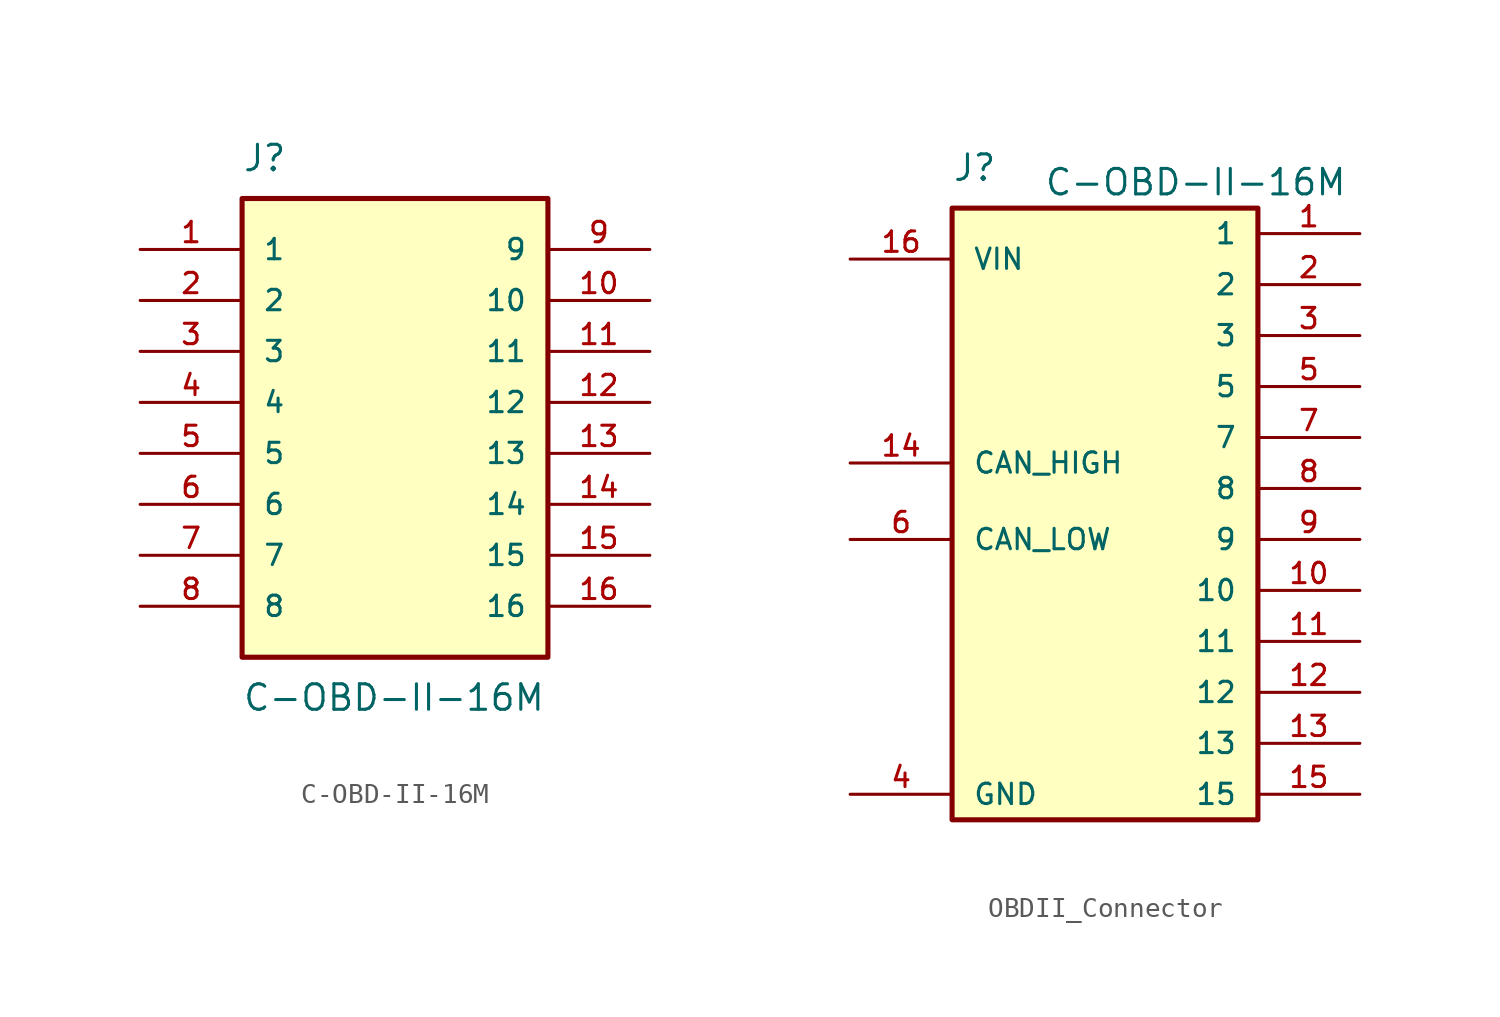
<source format=kicad_sym>
(kicad_symbol_lib
  (version 20231120)
  (generator "kicad_symbol_editor")
  (generator_version "8.0")
  (symbol "C-OBD-II-16M"
    (pin_names
      (offset 1.016))
    (property "Reference" "J"
      (at -7.62 11.43 0)
      (effects (font (size 1.27 1.27)) (justify left bottom)))
    (property "Value" "C-OBD-II-16M"
      (at -7.62 -13.97 0)
      (effects (font (size 1.27 1.27)) (justify left top)))
    (symbol "C-OBD-II-16M_0_0"
      (rectangle (start -7.62 -12.7) (end 7.62 10.16) (stroke (width 0.254) (type default)) (fill (type background)))
      (pin passive line (at -12.7 7.62 0) (length 5.08) (name "1" (effects (font (size 1.016 1.016)))) (number "1" (effects (font (size 1.016 1.016)))))
      (pin passive line (at 12.7 5.08 180) (length 5.08) (name "10" (effects (font (size 1.016 1.016)))) (number "10" (effects (font (size 1.016 1.016)))))
      (pin passive line (at 12.7 2.54 180) (length 5.08) (name "11" (effects (font (size 1.016 1.016)))) (number "11" (effects (font (size 1.016 1.016)))))
      (pin passive line (at 12.7 0 180) (length 5.08) (name "12" (effects (font (size 1.016 1.016)))) (number "12" (effects (font (size 1.016 1.016)))))
      (pin passive line (at 12.7 -2.54 180) (length 5.08) (name "13" (effects (font (size 1.016 1.016)))) (number "13" (effects (font (size 1.016 1.016)))))
      (pin passive line (at 12.7 -5.08 180) (length 5.08) (name "14" (effects (font (size 1.016 1.016)))) (number "14" (effects (font (size 1.016 1.016)))))
      (pin passive line (at 12.7 -7.62 180) (length 5.08) (name "15" (effects (font (size 1.016 1.016)))) (number "15" (effects (font (size 1.016 1.016)))))
      (pin passive line (at 12.7 -10.16 180) (length 5.08) (name "16" (effects (font (size 1.016 1.016)))) (number "16" (effects (font (size 1.016 1.016)))))
      (pin passive line (at -12.7 5.08 0) (length 5.08) (name "2" (effects (font (size 1.016 1.016)))) (number "2" (effects (font (size 1.016 1.016)))))
      (pin passive line (at -12.7 2.54 0) (length 5.08) (name "3" (effects (font (size 1.016 1.016)))) (number "3" (effects (font (size 1.016 1.016)))))
      (pin passive line (at -12.7 0 0) (length 5.08) (name "4" (effects (font (size 1.016 1.016)))) (number "4" (effects (font (size 1.016 1.016)))))
      (pin passive line (at -12.7 -2.54 0) (length 5.08) (name "5" (effects (font (size 1.016 1.016)))) (number "5" (effects (font (size 1.016 1.016)))))
      (pin passive line (at -12.7 -5.08 0) (length 5.08) (name "6" (effects (font (size 1.016 1.016)))) (number "6" (effects (font (size 1.016 1.016)))))
      (pin passive line (at -12.7 -7.62 0) (length 5.08) (name "7" (effects (font (size 1.016 1.016)))) (number "7" (effects (font (size 1.016 1.016)))))
      (pin passive line (at -12.7 -10.16 0) (length 5.08) (name "8" (effects (font (size 1.016 1.016)))) (number "8" (effects (font (size 1.016 1.016)))))
      (pin passive line (at 12.7 7.62 180) (length 5.08) (name "9" (effects (font (size 1.016 1.016)))) (number "9" (effects (font (size 1.016 1.016)))))))
  (symbol "OBDII_Connector"
    (pin_names
      (offset 1.016))
    (property "Reference" "J"
      (at -7.62 11.43 0)
      (effects (font (size 1.27 1.27)) (justify left bottom)))
    (property "Value" "C-OBD-II-16M"
      (at -3.048 12.192 0)
      (effects (font (size 1.27 1.27)) (justify left top)))
    (symbol "OBDII_Connector_0_0"
      (rectangle (start -7.62 10.16) (end 7.62 -20.32) (stroke (width 0.254) (type default)) (fill (type background)))
      (pin passive line (at 12.7 8.89 180) (length 5.08) (name "1" (effects (font (size 1.016 1.016)))) (number "1" (effects (font (size 1.016 1.016)))))
      (pin passive line (at 12.7 -8.89 180) (length 5.08) (name "10" (effects (font (size 1.016 1.016)))) (number "10" (effects (font (size 1.016 1.016)))))
      (pin passive line (at 12.7 -11.43 180) (length 5.08) (name "11" (effects (font (size 1.016 1.016)))) (number "11" (effects (font (size 1.016 1.016)))))
      (pin passive line (at 12.7 -13.97 180) (length 5.08) (name "12" (effects (font (size 1.016 1.016)))) (number "12" (effects (font (size 1.016 1.016)))))
      (pin passive line (at 12.7 -16.51 180) (length 5.08) (name "13" (effects (font (size 1.016 1.016)))) (number "13" (effects (font (size 1.016 1.016)))))
      (pin passive line (at 12.7 -19.05 180) (length 5.08) (name "15" (effects (font (size 1.016 1.016)))) (number "15" (effects (font (size 1.016 1.016)))))
      (pin passive line (at 12.7 6.35 180) (length 5.08) (name "2" (effects (font (size 1.016 1.016)))) (number "2" (effects (font (size 1.016 1.016)))))
      (pin passive line (at 12.7 3.81 180) (length 5.08) (name "3" (effects (font (size 1.016 1.016)))) (number "3" (effects (font (size 1.016 1.016)))))
      (pin passive line (at 12.7 1.27 180) (length 5.08) (name "5" (effects (font (size 1.016 1.016)))) (number "5" (effects (font (size 1.016 1.016)))))
      (pin passive line (at 12.7 -1.27 180) (length 5.08) (name "7" (effects (font (size 1.016 1.016)))) (number "7" (effects (font (size 1.016 1.016)))))
      (pin passive line (at 12.7 -3.81 180) (length 5.08) (name "8" (effects (font (size 1.016 1.016)))) (number "8" (effects (font (size 1.016 1.016)))))
      (pin passive line (at 12.7 -6.35 180) (length 5.08) (name "9" (effects (font (size 1.016 1.016)))) (number "9" (effects (font (size 1.016 1.016))))))
    (symbol "OBDII_Connector_1_0"
      (pin passive line (at -12.7 -2.54 0) (length 5.08) (name "CAN_HIGH" (effects (font (size 1.016 1.016)))) (number "14" (effects (font (size 1.016 1.016)))))
      (pin passive line (at -12.7 7.62 0) (length 5.08) (name "VIN" (effects (font (size 1.016 1.016)))) (number "16" (effects (font (size 1.016 1.016)))))
      (pin passive line (at -12.7 -19.05 0) (length 5.08) (name "GND" (effects (font (size 1.016 1.016)))) (number "4" (effects (font (size 1.016 1.016)))))
      (pin passive line (at -12.7 -6.35 0) (length 5.08) (name "CAN_LOW" (effects (font (size 1.016 1.016)))) (number "6" (effects (font (size 1.016 1.016))))))))
</source>
